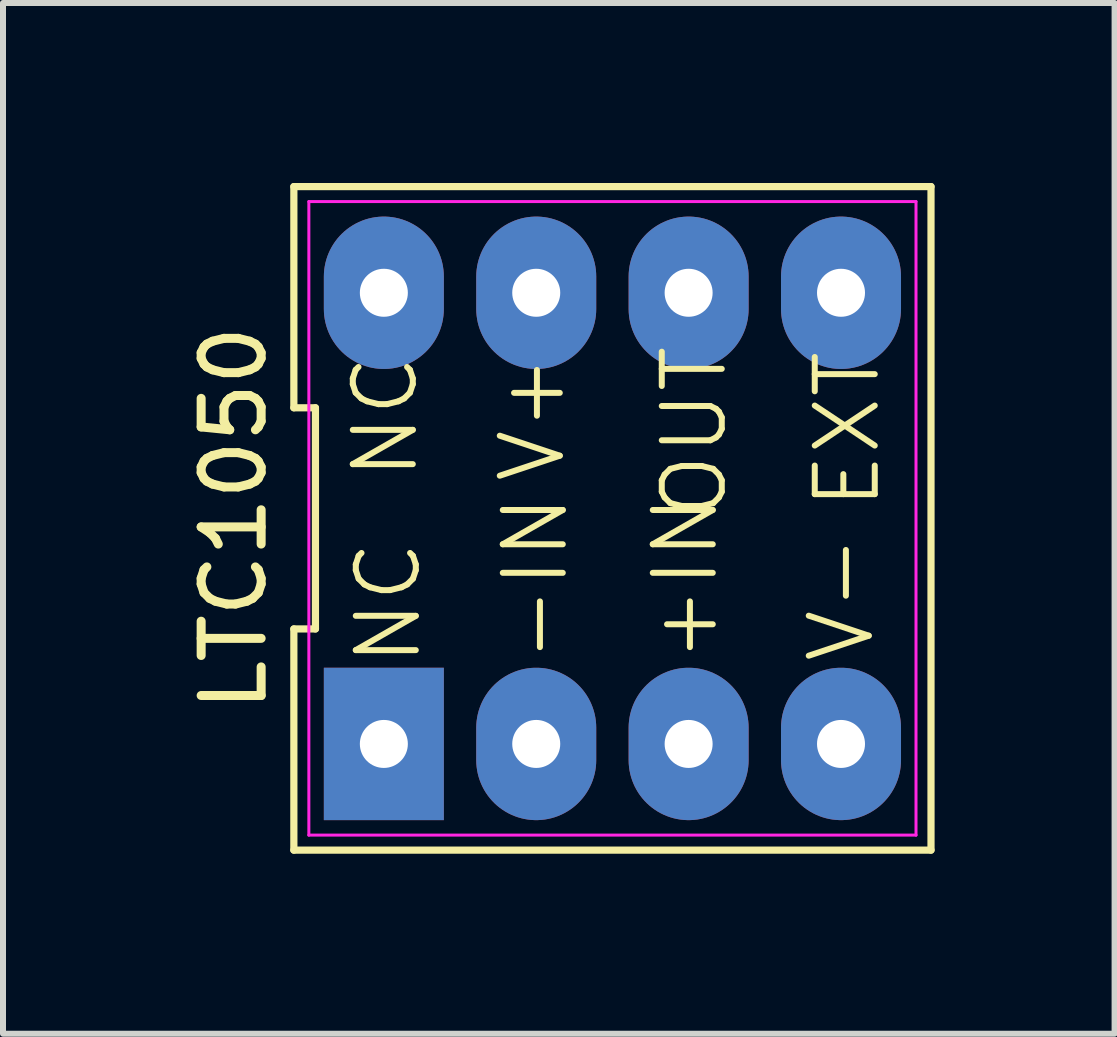
<source format=kicad_pcb>
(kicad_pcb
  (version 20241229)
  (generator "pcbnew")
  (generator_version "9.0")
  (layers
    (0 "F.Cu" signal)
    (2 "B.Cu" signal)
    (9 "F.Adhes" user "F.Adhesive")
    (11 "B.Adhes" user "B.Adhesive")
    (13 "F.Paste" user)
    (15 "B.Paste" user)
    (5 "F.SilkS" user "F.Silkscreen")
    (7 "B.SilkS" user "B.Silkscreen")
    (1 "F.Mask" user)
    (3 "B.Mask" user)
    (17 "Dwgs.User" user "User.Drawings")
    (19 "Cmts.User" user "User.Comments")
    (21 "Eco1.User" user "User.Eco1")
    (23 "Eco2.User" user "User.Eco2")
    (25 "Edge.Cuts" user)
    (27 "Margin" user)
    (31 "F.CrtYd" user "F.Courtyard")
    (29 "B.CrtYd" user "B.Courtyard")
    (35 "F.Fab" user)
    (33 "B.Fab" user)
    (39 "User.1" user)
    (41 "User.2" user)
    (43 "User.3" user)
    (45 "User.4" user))
  (footprint "LTC1050"
    (layer "F.Cu")
    (at 7.158 5.59)
    (property "Reference" "LTC1050" (at -6.31 0 90) (layer "F.SilkS") (effects (font (size 1 1) (thickness 0.15))))
    (attr through_hole)
    (fp_line (start -5.31 -5.53) (end -5.31 -1.843) (stroke (width 0.12) (type default)) (layer "F.SilkS"))
    (fp_line (start -5.31 -1.843) (end -4.95 -1.843) (stroke (width 0.12) (type default)) (layer "F.SilkS"))
    (fp_line (start -5.31 1.843) (end -5.31 5.53) (stroke (width 0.12) (type default)) (layer "F.SilkS"))
    (fp_line (start -5.31 5.53) (end 5.31 5.53) (stroke (width 0.12) (type default)) (layer "F.SilkS"))
    (fp_line (start -4.95 -1.843) (end -4.95 1.843) (stroke (width 0.12) (type default)) (layer "F.SilkS"))
    (fp_line (start -4.95 1.843) (end -5.31 1.843) (stroke (width 0.12) (type default)) (layer "F.SilkS"))
    (fp_line (start 5.31 -5.53) (end -5.31 -5.53) (stroke (width 0.12) (type default)) (layer "F.SilkS"))
    (fp_line (start 5.31 5.53) (end 5.31 -5.53) (stroke (width 0.12) (type default)) (layer "F.SilkS"))
    (fp_line (start -5.06 -5.28) (end 5.06 -5.28) (stroke (width 0.05) (type default)) (layer "F.CrtYd"))
    (fp_line (start -5.06 5.28) (end -5.06 -5.28) (stroke (width 0.05) (type default)) (layer "F.CrtYd"))
    (fp_line (start 5.06 -5.28) (end 5.06 5.28) (stroke (width 0.05) (type default)) (layer "F.CrtYd"))
    (fp_line (start 5.06 5.28) (end -5.06 5.28) (stroke (width 0.05) (type default)) (layer "F.CrtYd"))
    (fp_text user "NC" (at -3.2 -0.6 90) (unlocked yes) (layer "F.SilkS") (effects (font (size 1 1) (thickness 0.1)) (justify left bottom)))
    (fp_text user "EXT" (at 4.5 -0.1 90) (unlocked yes) (layer "F.SilkS") (effects (font (size 1 1) (thickness 0.1)) (justify left bottom)))
    (fp_text user "V+" (at -0.75 -0.55 90) (unlocked yes) (layer "F.SilkS") (effects (font (size 1 1) (thickness 0.1)) (justify left bottom)))
    (fp_text user "NC" (at -3.15 2.5 90) (unlocked yes) (layer "F.SilkS") (effects (font (size 1 1) (thickness 0.1)) (justify left bottom)))
    (fp_text user "V-" (at 4.4 2.45 90) (unlocked yes) (layer "F.SilkS") (effects (font (size 1 1) (thickness 0.1)) (justify left bottom)))
    (fp_text user "OUT" (at 1.95 0.05 90) (unlocked yes) (layer "F.SilkS") (effects (font (size 1 1) (thickness 0.1)) (justify left bottom)))
    (fp_text user "+IN" (at 1.8 2.45 90) (unlocked yes) (layer "F.SilkS") (effects (font (size 1 1) (thickness 0.1)) (justify left bottom)))
    (fp_text user "-IN" (at -0.7 2.45 90) (unlocked yes) (layer "F.SilkS") (effects (font (size 1 1) (thickness 0.1)) (justify left bottom)))
    (pad "1" thru_hole rect (at -3.81 3.76) (size 2 2.54) (drill 0.8) (layers "*.Cu" "*.Mask"))
    (pad "2" thru_hole oval (at -1.27 3.76) (size 2 2.54) (drill 0.8) (layers "*.Cu" "*.Mask"))
    (pad "3" thru_hole oval (at 1.27 3.76) (size 2 2.54) (drill 0.8) (layers "*.Cu" "*.Mask"))
    (pad "4" thru_hole oval (at 3.81 3.76) (size 2 2.54) (drill 0.8) (layers "*.Cu" "*.Mask"))
    (pad "5" thru_hole oval (at 3.81 -3.76) (size 2 2.54) (drill 0.8) (layers "*.Cu" "*.Mask"))
    (pad "6" thru_hole oval (at 1.27 -3.76) (size 2 2.54) (drill 0.8) (layers "*.Cu" "*.Mask"))
    (pad "7" thru_hole oval (at -1.27 -3.76) (size 2 2.54) (drill 0.8) (layers "*.Cu" "*.Mask"))
    (pad "8" thru_hole oval (at -3.81 -3.76) (size 2 2.54) (drill 0.8) (layers "*.Cu" "*.Mask")))
  (gr_rect
    (start -3 -3)
    (end 15.528 14.18)
    (stroke (width 0.1) (type default))
    (fill no)
    (layer "Edge.Cuts")))
</source>
